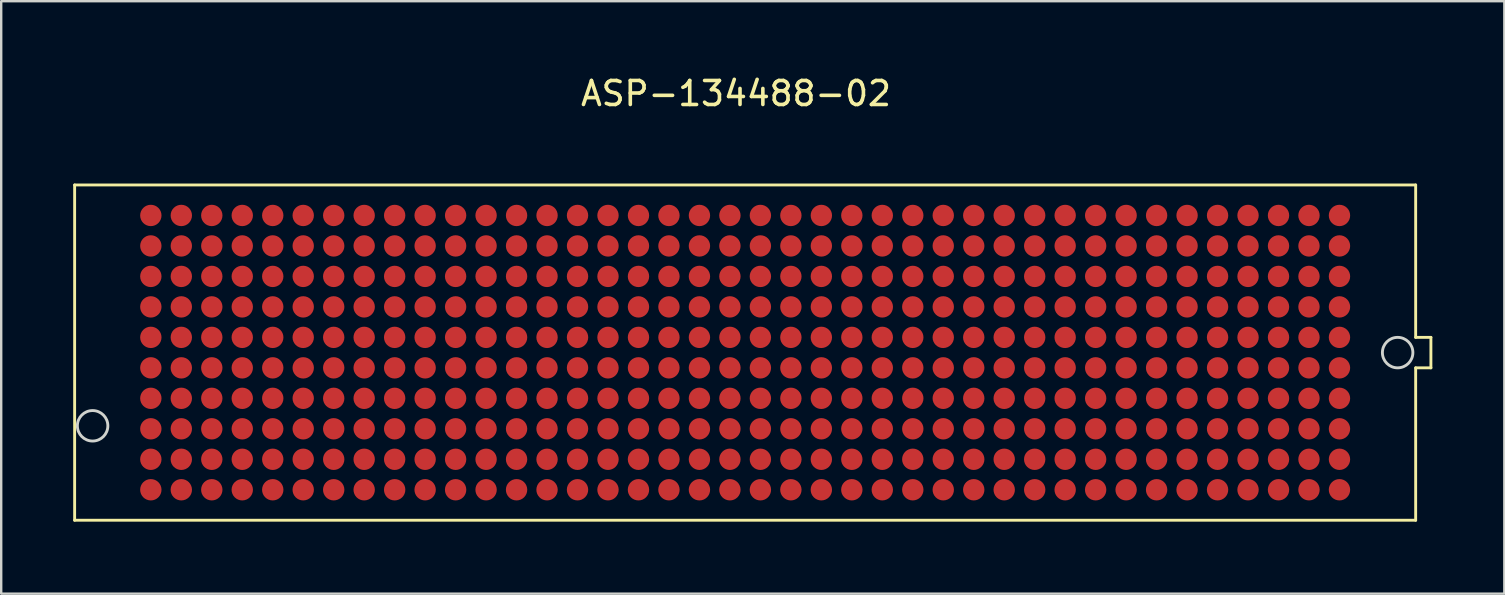
<source format=kicad_pcb>
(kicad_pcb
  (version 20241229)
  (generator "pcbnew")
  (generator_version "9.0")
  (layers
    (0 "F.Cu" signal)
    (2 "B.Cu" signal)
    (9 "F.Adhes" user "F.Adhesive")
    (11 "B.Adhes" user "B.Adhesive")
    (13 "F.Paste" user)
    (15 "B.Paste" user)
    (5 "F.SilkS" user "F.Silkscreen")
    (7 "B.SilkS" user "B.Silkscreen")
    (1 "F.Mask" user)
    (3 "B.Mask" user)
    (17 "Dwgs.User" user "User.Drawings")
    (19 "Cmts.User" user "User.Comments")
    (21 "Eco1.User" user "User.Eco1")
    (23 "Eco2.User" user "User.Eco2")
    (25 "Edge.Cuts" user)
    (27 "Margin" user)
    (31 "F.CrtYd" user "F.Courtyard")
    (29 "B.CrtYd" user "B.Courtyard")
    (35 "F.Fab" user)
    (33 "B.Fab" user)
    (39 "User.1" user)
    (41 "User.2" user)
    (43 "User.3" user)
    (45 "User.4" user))
  (footprint "ASP-134488-02 "
    (layer "F.Cu")
    (at 28 11.643)
    (property "Reference" "ASP-134488-02 " (at 0 -10.795 0) (layer "F.SilkS") (effects (font (size 1 1) (thickness 0.15))))
    (attr through_hole)
    (fp_line (start -27.94 -6.985) (end -27.94 6.985) (stroke (width 0.12) (type solid)) (layer "F.SilkS"))
    (fp_line (start -27.94 -6.985) (end 27.94 -6.985) (stroke (width 0.12) (type solid)) (layer "F.SilkS"))
    (fp_line (start 27.94 -0.635) (end 27.94 -6.985) (stroke (width 0.12) (type solid)) (layer "F.SilkS"))
    (fp_line (start 27.94 6.985) (end -27.94 6.985) (stroke (width 0.12) (type solid)) (layer "F.SilkS"))
    (fp_line (start 27.94 6.985) (end 27.94 0.635) (stroke (width 0.12) (type solid)) (layer "F.SilkS"))
    (fp_line (start 28.575 -0.635) (end 27.94 -0.635) (stroke (width 0.12) (type solid)) (layer "F.SilkS"))
    (fp_line (start 28.575 0.635) (end 27.94 0.635) (stroke (width 0.12) (type solid)) (layer "F.SilkS"))
    (fp_line (start 28.575 0.635) (end 28.575 -0.635) (stroke (width 0.12) (type solid)) (layer "F.SilkS"))
    (fp_circle (center -27.191 3.05) (end -26.556 3.05) (stroke (width 0.12) (type solid)) (fill no) (layer "Edge.Cuts"))
    (fp_circle (center 27.189 0) (end 27.824 0) (stroke (width 0.12) (type solid)) (fill no) (layer "Edge.Cuts"))
    (pad "A1" smd circle (at 24.765 -5.715) (size 0.89 0.89) (layers "F.Cu" "F.Mask" "F.Paste"))
    (pad "A2" smd circle (at 23.495 -5.715) (size 0.89 0.89) (layers "F.Cu" "F.Mask" "F.Paste"))
    (pad "A3" smd circle (at 22.225 -5.715) (size 0.89 0.89) (layers "F.Cu" "F.Mask" "F.Paste"))
    (pad "A4" smd circle (at 20.955 -5.715) (size 0.89 0.89) (layers "F.Cu" "F.Mask" "F.Paste"))
    (pad "A5" smd circle (at 19.685 -5.715) (size 0.89 0.89) (layers "F.Cu" "F.Mask" "F.Paste"))
    (pad "A6" smd circle (at 18.415 -5.715) (size 0.89 0.89) (layers "F.Cu" "F.Mask" "F.Paste"))
    (pad "A7" smd circle (at 17.145 -5.715) (size 0.89 0.89) (layers "F.Cu" "F.Mask" "F.Paste"))
    (pad "A8" smd circle (at 15.875 -5.715) (size 0.89 0.89) (layers "F.Cu" "F.Mask" "F.Paste"))
    (pad "A9" smd circle (at 14.605 -5.715) (size 0.89 0.89) (layers "F.Cu" "F.Mask" "F.Paste"))
    (pad "A10" smd circle (at 13.335 -5.715) (size 0.89 0.89) (layers "F.Cu" "F.Mask" "F.Paste"))
    (pad "A11" smd circle (at 12.065 -5.715) (size 0.89 0.89) (layers "F.Cu" "F.Mask" "F.Paste"))
    (pad "A12" smd circle (at 10.795 -5.715) (size 0.89 0.89) (layers "F.Cu" "F.Mask" "F.Paste"))
    (pad "A13" smd circle (at 9.525 -5.715) (size 0.89 0.89) (layers "F.Cu" "F.Mask" "F.Paste"))
    (pad "A14" smd circle (at 8.255 -5.715) (size 0.89 0.89) (layers "F.Cu" "F.Mask" "F.Paste"))
    (pad "A15" smd circle (at 6.985 -5.715) (size 0.89 0.89) (layers "F.Cu" "F.Mask" "F.Paste"))
    (pad "A16" smd circle (at 5.715 -5.715) (size 0.89 0.89) (layers "F.Cu" "F.Mask" "F.Paste"))
    (pad "A17" smd circle (at 4.445 -5.715) (size 0.89 0.89) (layers "F.Cu" "F.Mask" "F.Paste"))
    (pad "A18" smd circle (at 3.175 -5.715) (size 0.89 0.89) (layers "F.Cu" "F.Mask" "F.Paste"))
    (pad "A19" smd circle (at 1.905 -5.715) (size 0.89 0.89) (layers "F.Cu" "F.Mask" "F.Paste"))
    (pad "A20" smd circle (at 0.635 -5.715) (size 0.89 0.89) (layers "F.Cu" "F.Mask" "F.Paste"))
    (pad "A21" smd circle (at -0.635 -5.715) (size 0.89 0.89) (layers "F.Cu" "F.Mask" "F.Paste"))
    (pad "A22" smd circle (at -1.905 -5.715) (size 0.89 0.89) (layers "F.Cu" "F.Mask" "F.Paste"))
    (pad "A23" smd circle (at -3.175 -5.715) (size 0.89 0.89) (layers "F.Cu" "F.Mask" "F.Paste"))
    (pad "A24" smd circle (at -4.445 -5.715) (size 0.89 0.89) (layers "F.Cu" "F.Mask" "F.Paste"))
    (pad "A25" smd circle (at -5.715 -5.715) (size 0.89 0.89) (layers "F.Cu" "F.Mask" "F.Paste"))
    (pad "A26" smd circle (at -6.985 -5.715) (size 0.89 0.89) (layers "F.Cu" "F.Mask" "F.Paste"))
    (pad "A27" smd circle (at -8.255 -5.715) (size 0.89 0.89) (layers "F.Cu" "F.Mask" "F.Paste"))
    (pad "A28" smd circle (at -9.525 -5.715) (size 0.89 0.89) (layers "F.Cu" "F.Mask" "F.Paste"))
    (pad "A29" smd circle (at -10.795 -5.715) (size 0.89 0.89) (layers "F.Cu" "F.Mask" "F.Paste"))
    (pad "A30" smd circle (at -12.065 -5.715) (size 0.89 0.89) (layers "F.Cu" "F.Mask" "F.Paste"))
    (pad "A31" smd circle (at -13.335 -5.715) (size 0.89 0.89) (layers "F.Cu" "F.Mask" "F.Paste"))
    (pad "A32" smd circle (at -14.605 -5.715) (size 0.89 0.89) (layers "F.Cu" "F.Mask" "F.Paste"))
    (pad "A33" smd circle (at -15.875 -5.715) (size 0.89 0.89) (layers "F.Cu" "F.Mask" "F.Paste"))
    (pad "A34" smd circle (at -17.145 -5.715) (size 0.89 0.89) (layers "F.Cu" "F.Mask" "F.Paste"))
    (pad "A35" smd circle (at -18.415 -5.715) (size 0.89 0.89) (layers "F.Cu" "F.Mask" "F.Paste"))
    (pad "A36" smd circle (at -19.685 -5.715) (size 0.89 0.89) (layers "F.Cu" "F.Mask" "F.Paste"))
    (pad "A37" smd circle (at -20.955 -5.715) (size 0.89 0.89) (layers "F.Cu" "F.Mask" "F.Paste"))
    (pad "A38" smd circle (at -22.225 -5.715) (size 0.89 0.89) (layers "F.Cu" "F.Mask" "F.Paste"))
    (pad "A39" smd circle (at -23.495 -5.715) (size 0.89 0.89) (layers "F.Cu" "F.Mask" "F.Paste"))
    (pad "A40" smd circle (at -24.765 -5.715) (size 0.89 0.89) (layers "F.Cu" "F.Mask" "F.Paste"))
    (pad "B1" smd circle (at 24.765 -4.445) (size 0.89 0.89) (layers "F.Cu" "F.Mask" "F.Paste"))
    (pad "B2" smd circle (at 23.495 -4.445) (size 0.89 0.89) (layers "F.Cu" "F.Mask" "F.Paste"))
    (pad "B3" smd circle (at 22.225 -4.445) (size 0.89 0.89) (layers "F.Cu" "F.Mask" "F.Paste"))
    (pad "B4" smd circle (at 20.955 -4.445) (size 0.89 0.89) (layers "F.Cu" "F.Mask" "F.Paste"))
    (pad "B5" smd circle (at 19.685 -4.445) (size 0.89 0.89) (layers "F.Cu" "F.Mask" "F.Paste"))
    (pad "B6" smd circle (at 18.415 -4.445) (size 0.89 0.89) (layers "F.Cu" "F.Mask" "F.Paste"))
    (pad "B7" smd circle (at 17.145 -4.445) (size 0.89 0.89) (layers "F.Cu" "F.Mask" "F.Paste"))
    (pad "B8" smd circle (at 15.875 -4.445) (size 0.89 0.89) (layers "F.Cu" "F.Mask" "F.Paste"))
    (pad "B9" smd circle (at 14.605 -4.445) (size 0.89 0.89) (layers "F.Cu" "F.Mask" "F.Paste"))
    (pad "B10" smd circle (at 13.335 -4.445) (size 0.89 0.89) (layers "F.Cu" "F.Mask" "F.Paste"))
    (pad "B11" smd circle (at 12.065 -4.445) (size 0.89 0.89) (layers "F.Cu" "F.Mask" "F.Paste"))
    (pad "B12" smd circle (at 10.795 -4.445) (size 0.89 0.89) (layers "F.Cu" "F.Mask" "F.Paste"))
    (pad "B13" smd circle (at 9.525 -4.445) (size 0.89 0.89) (layers "F.Cu" "F.Mask" "F.Paste"))
    (pad "B14" smd circle (at 8.255 -4.445) (size 0.89 0.89) (layers "F.Cu" "F.Mask" "F.Paste"))
    (pad "B15" smd circle (at 6.985 -4.445) (size 0.89 0.89) (layers "F.Cu" "F.Mask" "F.Paste"))
    (pad "B16" smd circle (at 5.715 -4.445) (size 0.89 0.89) (layers "F.Cu" "F.Mask" "F.Paste"))
    (pad "B17" smd circle (at 4.445 -4.445) (size 0.89 0.89) (layers "F.Cu" "F.Mask" "F.Paste"))
    (pad "B18" smd circle (at 3.175 -4.445) (size 0.89 0.89) (layers "F.Cu" "F.Mask" "F.Paste"))
    (pad "B19" smd circle (at 1.905 -4.445) (size 0.89 0.89) (layers "F.Cu" "F.Mask" "F.Paste"))
    (pad "B20" smd circle (at 0.635 -4.445) (size 0.89 0.89) (layers "F.Cu" "F.Mask" "F.Paste"))
    (pad "B21" smd circle (at -0.635 -4.445) (size 0.89 0.89) (layers "F.Cu" "F.Mask" "F.Paste"))
    (pad "B22" smd circle (at -1.905 -4.445) (size 0.89 0.89) (layers "F.Cu" "F.Mask" "F.Paste"))
    (pad "B23" smd circle (at -3.175 -4.445) (size 0.89 0.89) (layers "F.Cu" "F.Mask" "F.Paste"))
    (pad "B24" smd circle (at -4.445 -4.445) (size 0.89 0.89) (layers "F.Cu" "F.Mask" "F.Paste"))
    (pad "B25" smd circle (at -5.715 -4.445) (size 0.89 0.89) (layers "F.Cu" "F.Mask" "F.Paste"))
    (pad "B26" smd circle (at -6.985 -4.445) (size 0.89 0.89) (layers "F.Cu" "F.Mask" "F.Paste"))
    (pad "B27" smd circle (at -8.255 -4.445) (size 0.89 0.89) (layers "F.Cu" "F.Mask" "F.Paste"))
    (pad "B28" smd circle (at -9.525 -4.445) (size 0.89 0.89) (layers "F.Cu" "F.Mask" "F.Paste"))
    (pad "B29" smd circle (at -10.795 -4.445) (size 0.89 0.89) (layers "F.Cu" "F.Mask" "F.Paste"))
    (pad "B30" smd circle (at -12.065 -4.445) (size 0.89 0.89) (layers "F.Cu" "F.Mask" "F.Paste"))
    (pad "B31" smd circle (at -13.335 -4.445) (size 0.89 0.89) (layers "F.Cu" "F.Mask" "F.Paste"))
    (pad "B32" smd circle (at -14.605 -4.445) (size 0.89 0.89) (layers "F.Cu" "F.Mask" "F.Paste"))
    (pad "B33" smd circle (at -15.875 -4.445) (size 0.89 0.89) (layers "F.Cu" "F.Mask" "F.Paste"))
    (pad "B34" smd circle (at -17.145 -4.445) (size 0.89 0.89) (layers "F.Cu" "F.Mask" "F.Paste"))
    (pad "B35" smd circle (at -18.415 -4.445) (size 0.89 0.89) (layers "F.Cu" "F.Mask" "F.Paste"))
    (pad "B36" smd circle (at -19.685 -4.445) (size 0.89 0.89) (layers "F.Cu" "F.Mask" "F.Paste"))
    (pad "B37" smd circle (at -20.955 -4.445) (size 0.89 0.89) (layers "F.Cu" "F.Mask" "F.Paste"))
    (pad "B38" smd circle (at -22.225 -4.445) (size 0.89 0.89) (layers "F.Cu" "F.Mask" "F.Paste"))
    (pad "B39" smd circle (at -23.495 -4.445) (size 0.89 0.89) (layers "F.Cu" "F.Mask" "F.Paste"))
    (pad "B40" smd circle (at -24.765 -4.445) (size 0.89 0.89) (layers "F.Cu" "F.Mask" "F.Paste"))
    (pad "C1" smd circle (at 24.765 -3.175) (size 0.89 0.89) (layers "F.Cu" "F.Mask" "F.Paste"))
    (pad "C2" smd circle (at 23.495 -3.175) (size 0.89 0.89) (layers "F.Cu" "F.Mask" "F.Paste"))
    (pad "C3" smd circle (at 22.225 -3.175) (size 0.89 0.89) (layers "F.Cu" "F.Mask" "F.Paste"))
    (pad "C4" smd circle (at 20.955 -3.175) (size 0.89 0.89) (layers "F.Cu" "F.Mask" "F.Paste"))
    (pad "C5" smd circle (at 19.685 -3.175) (size 0.89 0.89) (layers "F.Cu" "F.Mask" "F.Paste"))
    (pad "C6" smd circle (at 18.415 -3.175) (size 0.89 0.89) (layers "F.Cu" "F.Mask" "F.Paste"))
    (pad "C7" smd circle (at 17.145 -3.175) (size 0.89 0.89) (layers "F.Cu" "F.Mask" "F.Paste"))
    (pad "C8" smd circle (at 15.875 -3.175) (size 0.89 0.89) (layers "F.Cu" "F.Mask" "F.Paste"))
    (pad "C9" smd circle (at 14.605 -3.175) (size 0.89 0.89) (layers "F.Cu" "F.Mask" "F.Paste"))
    (pad "C10" smd circle (at 13.335 -3.175) (size 0.89 0.89) (layers "F.Cu" "F.Mask" "F.Paste"))
    (pad "C11" smd circle (at 12.065 -3.175) (size 0.89 0.89) (layers "F.Cu" "F.Mask" "F.Paste"))
    (pad "C12" smd circle (at 10.795 -3.175) (size 0.89 0.89) (layers "F.Cu" "F.Mask" "F.Paste"))
    (pad "C13" smd circle (at 9.525 -3.175) (size 0.89 0.89) (layers "F.Cu" "F.Mask" "F.Paste"))
    (pad "C14" smd circle (at 8.255 -3.175) (size 0.89 0.89) (layers "F.Cu" "F.Mask" "F.Paste"))
    (pad "C15" smd circle (at 6.985 -3.175) (size 0.89 0.89) (layers "F.Cu" "F.Mask" "F.Paste"))
    (pad "C16" smd circle (at 5.715 -3.175) (size 0.89 0.89) (layers "F.Cu" "F.Mask" "F.Paste"))
    (pad "C17" smd circle (at 4.445 -3.175) (size 0.89 0.89) (layers "F.Cu" "F.Mask" "F.Paste"))
    (pad "C18" smd circle (at 3.175 -3.175) (size 0.89 0.89) (layers "F.Cu" "F.Mask" "F.Paste"))
    (pad "C19" smd circle (at 1.905 -3.175) (size 0.89 0.89) (layers "F.Cu" "F.Mask" "F.Paste"))
    (pad "C20" smd circle (at 0.635 -3.175) (size 0.89 0.89) (layers "F.Cu" "F.Mask" "F.Paste"))
    (pad "C21" smd circle (at -0.635 -3.175) (size 0.89 0.89) (layers "F.Cu" "F.Mask" "F.Paste"))
    (pad "C22" smd circle (at -1.905 -3.175) (size 0.89 0.89) (layers "F.Cu" "F.Mask" "F.Paste"))
    (pad "C23" smd circle (at -3.175 -3.175) (size 0.89 0.89) (layers "F.Cu" "F.Mask" "F.Paste"))
    (pad "C24" smd circle (at -4.445 -3.175) (size 0.89 0.89) (layers "F.Cu" "F.Mask" "F.Paste"))
    (pad "C25" smd circle (at -5.715 -3.175) (size 0.89 0.89) (layers "F.Cu" "F.Mask" "F.Paste"))
    (pad "C26" smd circle (at -6.985 -3.175) (size 0.89 0.89) (layers "F.Cu" "F.Mask" "F.Paste"))
    (pad "C27" smd circle (at -8.255 -3.175) (size 0.89 0.89) (layers "F.Cu" "F.Mask" "F.Paste"))
    (pad "C28" smd circle (at -9.525 -3.175) (size 0.89 0.89) (layers "F.Cu" "F.Mask" "F.Paste"))
    (pad "C29" smd circle (at -10.795 -3.175) (size 0.89 0.89) (layers "F.Cu" "F.Mask" "F.Paste"))
    (pad "C30" smd circle (at -12.065 -3.175) (size 0.89 0.89) (layers "F.Cu" "F.Mask" "F.Paste"))
    (pad "C31" smd circle (at -13.335 -3.175) (size 0.89 0.89) (layers "F.Cu" "F.Mask" "F.Paste"))
    (pad "C32" smd circle (at -14.605 -3.175) (size 0.89 0.89) (layers "F.Cu" "F.Mask" "F.Paste"))
    (pad "C33" smd circle (at -15.875 -3.175) (size 0.89 0.89) (layers "F.Cu" "F.Mask" "F.Paste"))
    (pad "C34" smd circle (at -17.145 -3.175) (size 0.89 0.89) (layers "F.Cu" "F.Mask" "F.Paste"))
    (pad "C35" smd circle (at -18.415 -3.175) (size 0.89 0.89) (layers "F.Cu" "F.Mask" "F.Paste"))
    (pad "C36" smd circle (at -19.685 -3.175) (size 0.89 0.89) (layers "F.Cu" "F.Mask" "F.Paste"))
    (pad "C37" smd circle (at -20.955 -3.175) (size 0.89 0.89) (layers "F.Cu" "F.Mask" "F.Paste"))
    (pad "C38" smd circle (at -22.225 -3.175) (size 0.89 0.89) (layers "F.Cu" "F.Mask" "F.Paste"))
    (pad "C39" smd circle (at -23.495 -3.175) (size 0.89 0.89) (layers "F.Cu" "F.Mask" "F.Paste"))
    (pad "C40" smd circle (at -24.765 -3.175) (size 0.89 0.89) (layers "F.Cu" "F.Mask" "F.Paste"))
    (pad "D1" smd circle (at 24.765 -1.905) (size 0.89 0.89) (layers "F.Cu" "F.Mask" "F.Paste"))
    (pad "D2" smd circle (at 23.495 -1.905) (size 0.89 0.89) (layers "F.Cu" "F.Mask" "F.Paste"))
    (pad "D3" smd circle (at 22.225 -1.905) (size 0.89 0.89) (layers "F.Cu" "F.Mask" "F.Paste"))
    (pad "D4" smd circle (at 20.955 -1.905) (size 0.89 0.89) (layers "F.Cu" "F.Mask" "F.Paste"))
    (pad "D5" smd circle (at 19.685 -1.905) (size 0.89 0.89) (layers "F.Cu" "F.Mask" "F.Paste"))
    (pad "D6" smd circle (at 18.415 -1.905) (size 0.89 0.89) (layers "F.Cu" "F.Mask" "F.Paste"))
    (pad "D7" smd circle (at 17.145 -1.905) (size 0.89 0.89) (layers "F.Cu" "F.Mask" "F.Paste"))
    (pad "D8" smd circle (at 15.875 -1.905) (size 0.89 0.89) (layers "F.Cu" "F.Mask" "F.Paste"))
    (pad "D9" smd circle (at 14.605 -1.905) (size 0.89 0.89) (layers "F.Cu" "F.Mask" "F.Paste"))
    (pad "D10" smd circle (at 13.335 -1.905) (size 0.89 0.89) (layers "F.Cu" "F.Mask" "F.Paste"))
    (pad "D11" smd circle (at 12.065 -1.905) (size 0.89 0.89) (layers "F.Cu" "F.Mask" "F.Paste"))
    (pad "D12" smd circle (at 10.795 -1.905) (size 0.89 0.89) (layers "F.Cu" "F.Mask" "F.Paste"))
    (pad "D13" smd circle (at 9.525 -1.905) (size 0.89 0.89) (layers "F.Cu" "F.Mask" "F.Paste"))
    (pad "D14" smd circle (at 8.255 -1.905) (size 0.89 0.89) (layers "F.Cu" "F.Mask" "F.Paste"))
    (pad "D15" smd circle (at 6.985 -1.905) (size 0.89 0.89) (layers "F.Cu" "F.Mask" "F.Paste"))
    (pad "D16" smd circle (at 5.715 -1.905) (size 0.89 0.89) (layers "F.Cu" "F.Mask" "F.Paste"))
    (pad "D17" smd circle (at 4.445 -1.905) (size 0.89 0.89) (layers "F.Cu" "F.Mask" "F.Paste"))
    (pad "D18" smd circle (at 3.175 -1.905) (size 0.89 0.89) (layers "F.Cu" "F.Mask" "F.Paste"))
    (pad "D19" smd circle (at 1.905 -1.905) (size 0.89 0.89) (layers "F.Cu" "F.Mask" "F.Paste"))
    (pad "D20" smd circle (at 0.635 -1.905) (size 0.89 0.89) (layers "F.Cu" "F.Mask" "F.Paste"))
    (pad "D21" smd circle (at -0.635 -1.905) (size 0.89 0.89) (layers "F.Cu" "F.Mask" "F.Paste"))
    (pad "D22" smd circle (at -1.905 -1.905) (size 0.89 0.89) (layers "F.Cu" "F.Mask" "F.Paste"))
    (pad "D23" smd circle (at -3.175 -1.905) (size 0.89 0.89) (layers "F.Cu" "F.Mask" "F.Paste"))
    (pad "D24" smd circle (at -4.445 -1.905) (size 0.89 0.89) (layers "F.Cu" "F.Mask" "F.Paste"))
    (pad "D25" smd circle (at -5.715 -1.905) (size 0.89 0.89) (layers "F.Cu" "F.Mask" "F.Paste"))
    (pad "D26" smd circle (at -6.985 -1.905) (size 0.89 0.89) (layers "F.Cu" "F.Mask" "F.Paste"))
    (pad "D27" smd circle (at -8.255 -1.905) (size 0.89 0.89) (layers "F.Cu" "F.Mask" "F.Paste"))
    (pad "D28" smd circle (at -9.525 -1.905) (size 0.89 0.89) (layers "F.Cu" "F.Mask" "F.Paste"))
    (pad "D29" smd circle (at -10.795 -1.905) (size 0.89 0.89) (layers "F.Cu" "F.Mask" "F.Paste"))
    (pad "D30" smd circle (at -12.065 -1.905) (size 0.89 0.89) (layers "F.Cu" "F.Mask" "F.Paste"))
    (pad "D31" smd circle (at -13.335 -1.905) (size 0.89 0.89) (layers "F.Cu" "F.Mask" "F.Paste"))
    (pad "D32" smd circle (at -14.605 -1.905) (size 0.89 0.89) (layers "F.Cu" "F.Mask" "F.Paste"))
    (pad "D33" smd circle (at -15.875 -1.905) (size 0.89 0.89) (layers "F.Cu" "F.Mask" "F.Paste"))
    (pad "D34" smd circle (at -17.145 -1.905) (size 0.89 0.89) (layers "F.Cu" "F.Mask" "F.Paste"))
    (pad "D35" smd circle (at -18.415 -1.905) (size 0.89 0.89) (layers "F.Cu" "F.Mask" "F.Paste"))
    (pad "D36" smd circle (at -19.685 -1.905) (size 0.89 0.89) (layers "F.Cu" "F.Mask" "F.Paste"))
    (pad "D37" smd circle (at -20.955 -1.905) (size 0.89 0.89) (layers "F.Cu" "F.Mask" "F.Paste"))
    (pad "D38" smd circle (at -22.225 -1.905) (size 0.89 0.89) (layers "F.Cu" "F.Mask" "F.Paste"))
    (pad "D39" smd circle (at -23.495 -1.905) (size 0.89 0.89) (layers "F.Cu" "F.Mask" "F.Paste"))
    (pad "D40" smd circle (at -24.765 -1.905) (size 0.89 0.89) (layers "F.Cu" "F.Mask" "F.Paste"))
    (pad "E1" smd circle (at 24.765 -0.635) (size 0.89 0.89) (layers "F.Cu" "F.Mask" "F.Paste"))
    (pad "E2" smd circle (at 23.495 -0.635) (size 0.89 0.89) (layers "F.Cu" "F.Mask" "F.Paste"))
    (pad "E3" smd circle (at 22.225 -0.635) (size 0.89 0.89) (layers "F.Cu" "F.Mask" "F.Paste"))
    (pad "E4" smd circle (at 20.955 -0.635) (size 0.89 0.89) (layers "F.Cu" "F.Mask" "F.Paste"))
    (pad "E5" smd circle (at 19.685 -0.635) (size 0.89 0.89) (layers "F.Cu" "F.Mask" "F.Paste"))
    (pad "E6" smd circle (at 18.415 -0.635) (size 0.89 0.89) (layers "F.Cu" "F.Mask" "F.Paste"))
    (pad "E7" smd circle (at 17.145 -0.635) (size 0.89 0.89) (layers "F.Cu" "F.Mask" "F.Paste"))
    (pad "E8" smd circle (at 15.875 -0.635) (size 0.89 0.89) (layers "F.Cu" "F.Mask" "F.Paste"))
    (pad "E9" smd circle (at 14.605 -0.635) (size 0.89 0.89) (layers "F.Cu" "F.Mask" "F.Paste"))
    (pad "E10" smd circle (at 13.335 -0.635) (size 0.89 0.89) (layers "F.Cu" "F.Mask" "F.Paste"))
    (pad "E11" smd circle (at 12.065 -0.635) (size 0.89 0.89) (layers "F.Cu" "F.Mask" "F.Paste"))
    (pad "E12" smd circle (at 10.795 -0.635) (size 0.89 0.89) (layers "F.Cu" "F.Mask" "F.Paste"))
    (pad "E13" smd circle (at 9.525 -0.635) (size 0.89 0.89) (layers "F.Cu" "F.Mask" "F.Paste"))
    (pad "E14" smd circle (at 8.255 -0.635) (size 0.89 0.89) (layers "F.Cu" "F.Mask" "F.Paste"))
    (pad "E15" smd circle (at 6.985 -0.635) (size 0.89 0.89) (layers "F.Cu" "F.Mask" "F.Paste"))
    (pad "E16" smd circle (at 5.715 -0.635) (size 0.89 0.89) (layers "F.Cu" "F.Mask" "F.Paste"))
    (pad "E17" smd circle (at 4.445 -0.635) (size 0.89 0.89) (layers "F.Cu" "F.Mask" "F.Paste"))
    (pad "E18" smd circle (at 3.175 -0.635) (size 0.89 0.89) (layers "F.Cu" "F.Mask" "F.Paste"))
    (pad "E19" smd circle (at 1.905 -0.635) (size 0.89 0.89) (layers "F.Cu" "F.Mask" "F.Paste"))
    (pad "E20" smd circle (at 0.635 -0.635) (size 0.89 0.89) (layers "F.Cu" "F.Mask" "F.Paste"))
    (pad "E21" smd circle (at -0.635 -0.635) (size 0.89 0.89) (layers "F.Cu" "F.Mask" "F.Paste"))
    (pad "E22" smd circle (at -1.905 -0.635) (size 0.89 0.89) (layers "F.Cu" "F.Mask" "F.Paste"))
    (pad "E23" smd circle (at -3.175 -0.635) (size 0.89 0.89) (layers "F.Cu" "F.Mask" "F.Paste"))
    (pad "E24" smd circle (at -4.445 -0.635) (size 0.89 0.89) (layers "F.Cu" "F.Mask" "F.Paste"))
    (pad "E25" smd circle (at -5.715 -0.635) (size 0.89 0.89) (layers "F.Cu" "F.Mask" "F.Paste"))
    (pad "E26" smd circle (at -6.985 -0.635) (size 0.89 0.89) (layers "F.Cu" "F.Mask" "F.Paste"))
    (pad "E27" smd circle (at -8.255 -0.635) (size 0.89 0.89) (layers "F.Cu" "F.Mask" "F.Paste"))
    (pad "E28" smd circle (at -9.525 -0.635) (size 0.89 0.89) (layers "F.Cu" "F.Mask" "F.Paste"))
    (pad "E29" smd circle (at -10.795 -0.635) (size 0.89 0.89) (layers "F.Cu" "F.Mask" "F.Paste"))
    (pad "E30" smd circle (at -12.065 -0.635) (size 0.89 0.89) (layers "F.Cu" "F.Mask" "F.Paste"))
    (pad "E31" smd circle (at -13.335 -0.635) (size 0.89 0.89) (layers "F.Cu" "F.Mask" "F.Paste"))
    (pad "E32" smd circle (at -14.605 -0.635) (size 0.89 0.89) (layers "F.Cu" "F.Mask" "F.Paste"))
    (pad "E33" smd circle (at -15.875 -0.635) (size 0.89 0.89) (layers "F.Cu" "F.Mask" "F.Paste"))
    (pad "E34" smd circle (at -17.145 -0.635) (size 0.89 0.89) (layers "F.Cu" "F.Mask" "F.Paste"))
    (pad "E35" smd circle (at -18.415 -0.635) (size 0.89 0.89) (layers "F.Cu" "F.Mask" "F.Paste"))
    (pad "E36" smd circle (at -19.685 -0.635) (size 0.89 0.89) (layers "F.Cu" "F.Mask" "F.Paste"))
    (pad "E37" smd circle (at -20.955 -0.635) (size 0.89 0.89) (layers "F.Cu" "F.Mask" "F.Paste"))
    (pad "E38" smd circle (at -22.225 -0.635) (size 0.89 0.89) (layers "F.Cu" "F.Mask" "F.Paste"))
    (pad "E39" smd circle (at -23.495 -0.635) (size 0.89 0.89) (layers "F.Cu" "F.Mask" "F.Paste"))
    (pad "E40" smd circle (at -24.765 -0.635) (size 0.89 0.89) (layers "F.Cu" "F.Mask" "F.Paste"))
    (pad "F1" smd circle (at 24.765 0.635) (size 0.89 0.89) (layers "F.Cu" "F.Mask" "F.Paste"))
    (pad "F2" smd circle (at 23.495 0.635) (size 0.89 0.89) (layers "F.Cu" "F.Mask" "F.Paste"))
    (pad "F3" smd circle (at 22.225 0.635) (size 0.89 0.89) (layers "F.Cu" "F.Mask" "F.Paste"))
    (pad "F4" smd circle (at 20.955 0.635) (size 0.89 0.89) (layers "F.Cu" "F.Mask" "F.Paste"))
    (pad "F5" smd circle (at 19.685 0.635) (size 0.89 0.89) (layers "F.Cu" "F.Mask" "F.Paste"))
    (pad "F6" smd circle (at 18.415 0.635) (size 0.89 0.89) (layers "F.Cu" "F.Mask" "F.Paste"))
    (pad "F7" smd circle (at 17.145 0.635) (size 0.89 0.89) (layers "F.Cu" "F.Mask" "F.Paste"))
    (pad "F8" smd circle (at 15.875 0.635) (size 0.89 0.89) (layers "F.Cu" "F.Mask" "F.Paste"))
    (pad "F9" smd circle (at 14.605 0.635) (size 0.89 0.89) (layers "F.Cu" "F.Mask" "F.Paste"))
    (pad "F10" smd circle (at 13.335 0.635) (size 0.89 0.89) (layers "F.Cu" "F.Mask" "F.Paste"))
    (pad "F11" smd circle (at 12.065 0.635) (size 0.89 0.89) (layers "F.Cu" "F.Mask" "F.Paste"))
    (pad "F12" smd circle (at 10.795 0.635) (size 0.89 0.89) (layers "F.Cu" "F.Mask" "F.Paste"))
    (pad "F13" smd circle (at 9.525 0.635) (size 0.89 0.89) (layers "F.Cu" "F.Mask" "F.Paste"))
    (pad "F14" smd circle (at 8.255 0.635) (size 0.89 0.89) (layers "F.Cu" "F.Mask" "F.Paste"))
    (pad "F15" smd circle (at 6.985 0.635) (size 0.89 0.89) (layers "F.Cu" "F.Mask" "F.Paste"))
    (pad "F16" smd circle (at 5.715 0.635) (size 0.89 0.89) (layers "F.Cu" "F.Mask" "F.Paste"))
    (pad "F17" smd circle (at 4.445 0.635) (size 0.89 0.89) (layers "F.Cu" "F.Mask" "F.Paste"))
    (pad "F18" smd circle (at 3.175 0.635) (size 0.89 0.89) (layers "F.Cu" "F.Mask" "F.Paste"))
    (pad "F19" smd circle (at 1.905 0.635) (size 0.89 0.89) (layers "F.Cu" "F.Mask" "F.Paste"))
    (pad "F20" smd circle (at 0.635 0.635) (size 0.89 0.89) (layers "F.Cu" "F.Mask" "F.Paste"))
    (pad "F21" smd circle (at -0.635 0.635) (size 0.89 0.89) (layers "F.Cu" "F.Mask" "F.Paste"))
    (pad "F22" smd circle (at -1.905 0.635) (size 0.89 0.89) (layers "F.Cu" "F.Mask" "F.Paste"))
    (pad "F23" smd circle (at -3.175 0.635) (size 0.89 0.89) (layers "F.Cu" "F.Mask" "F.Paste"))
    (pad "F24" smd circle (at -4.445 0.635) (size 0.89 0.89) (layers "F.Cu" "F.Mask" "F.Paste"))
    (pad "F25" smd circle (at -5.715 0.635) (size 0.89 0.89) (layers "F.Cu" "F.Mask" "F.Paste"))
    (pad "F26" smd circle (at -6.985 0.635) (size 0.89 0.89) (layers "F.Cu" "F.Mask" "F.Paste"))
    (pad "F27" smd circle (at -8.255 0.635) (size 0.89 0.89) (layers "F.Cu" "F.Mask" "F.Paste"))
    (pad "F28" smd circle (at -9.525 0.635) (size 0.89 0.89) (layers "F.Cu" "F.Mask" "F.Paste"))
    (pad "F29" smd circle (at -10.795 0.635) (size 0.89 0.89) (layers "F.Cu" "F.Mask" "F.Paste"))
    (pad "F30" smd circle (at -12.065 0.635) (size 0.89 0.89) (layers "F.Cu" "F.Mask" "F.Paste"))
    (pad "F31" smd circle (at -13.335 0.635) (size 0.89 0.89) (layers "F.Cu" "F.Mask" "F.Paste"))
    (pad "F32" smd circle (at -14.605 0.635) (size 0.89 0.89) (layers "F.Cu" "F.Mask" "F.Paste"))
    (pad "F33" smd circle (at -15.875 0.635) (size 0.89 0.89) (layers "F.Cu" "F.Mask" "F.Paste"))
    (pad "F34" smd circle (at -17.145 0.635) (size 0.89 0.89) (layers "F.Cu" "F.Mask" "F.Paste"))
    (pad "F35" smd circle (at -18.415 0.635) (size 0.89 0.89) (layers "F.Cu" "F.Mask" "F.Paste"))
    (pad "F36" smd circle (at -19.685 0.635) (size 0.89 0.89) (layers "F.Cu" "F.Mask" "F.Paste"))
    (pad "F37" smd circle (at -20.955 0.635) (size 0.89 0.89) (layers "F.Cu" "F.Mask" "F.Paste"))
    (pad "F38" smd circle (at -22.225 0.635) (size 0.89 0.89) (layers "F.Cu" "F.Mask" "F.Paste"))
    (pad "F39" smd circle (at -23.495 0.635) (size 0.89 0.89) (layers "F.Cu" "F.Mask" "F.Paste"))
    (pad "F40" smd circle (at -24.765 0.635) (size 0.89 0.89) (layers "F.Cu" "F.Mask" "F.Paste"))
    (pad "G1" smd circle (at 24.765 1.905) (size 0.89 0.89) (layers "F.Cu" "F.Mask" "F.Paste"))
    (pad "G2" smd circle (at 23.495 1.905) (size 0.89 0.89) (layers "F.Cu" "F.Mask" "F.Paste"))
    (pad "G3" smd circle (at 22.225 1.905) (size 0.89 0.89) (layers "F.Cu" "F.Mask" "F.Paste"))
    (pad "G4" smd circle (at 20.955 1.905) (size 0.89 0.89) (layers "F.Cu" "F.Mask" "F.Paste"))
    (pad "G5" smd circle (at 19.685 1.905) (size 0.89 0.89) (layers "F.Cu" "F.Mask" "F.Paste"))
    (pad "G6" smd circle (at 18.415 1.905) (size 0.89 0.89) (layers "F.Cu" "F.Mask" "F.Paste"))
    (pad "G7" smd circle (at 17.145 1.905) (size 0.89 0.89) (layers "F.Cu" "F.Mask" "F.Paste"))
    (pad "G8" smd circle (at 15.875 1.905) (size 0.89 0.89) (layers "F.Cu" "F.Mask" "F.Paste"))
    (pad "G9" smd circle (at 14.605 1.905) (size 0.89 0.89) (layers "F.Cu" "F.Mask" "F.Paste"))
    (pad "G10" smd circle (at 13.335 1.905) (size 0.89 0.89) (layers "F.Cu" "F.Mask" "F.Paste"))
    (pad "G11" smd circle (at 12.065 1.905) (size 0.89 0.89) (layers "F.Cu" "F.Mask" "F.Paste"))
    (pad "G12" smd circle (at 10.795 1.905) (size 0.89 0.89) (layers "F.Cu" "F.Mask" "F.Paste"))
    (pad "G13" smd circle (at 9.525 1.905) (size 0.89 0.89) (layers "F.Cu" "F.Mask" "F.Paste"))
    (pad "G14" smd circle (at 8.255 1.905) (size 0.89 0.89) (layers "F.Cu" "F.Mask" "F.Paste"))
    (pad "G15" smd circle (at 6.985 1.905) (size 0.89 0.89) (layers "F.Cu" "F.Mask" "F.Paste"))
    (pad "G16" smd circle (at 5.715 1.905) (size 0.89 0.89) (layers "F.Cu" "F.Mask" "F.Paste"))
    (pad "G17" smd circle (at 4.445 1.905) (size 0.89 0.89) (layers "F.Cu" "F.Mask" "F.Paste"))
    (pad "G18" smd circle (at 3.175 1.905) (size 0.89 0.89) (layers "F.Cu" "F.Mask" "F.Paste"))
    (pad "G19" smd circle (at 1.905 1.905) (size 0.89 0.89) (layers "F.Cu" "F.Mask" "F.Paste"))
    (pad "G20" smd circle (at 0.635 1.905) (size 0.89 0.89) (layers "F.Cu" "F.Mask" "F.Paste"))
    (pad "G21" smd circle (at -0.635 1.905) (size 0.89 0.89) (layers "F.Cu" "F.Mask" "F.Paste"))
    (pad "G22" smd circle (at -1.905 1.905) (size 0.89 0.89) (layers "F.Cu" "F.Mask" "F.Paste"))
    (pad "G23" smd circle (at -3.175 1.905) (size 0.89 0.89) (layers "F.Cu" "F.Mask" "F.Paste"))
    (pad "G24" smd circle (at -4.445 1.905) (size 0.89 0.89) (layers "F.Cu" "F.Mask" "F.Paste"))
    (pad "G25" smd circle (at -5.715 1.905) (size 0.89 0.89) (layers "F.Cu" "F.Mask" "F.Paste"))
    (pad "G26" smd circle (at -6.985 1.905) (size 0.89 0.89) (layers "F.Cu" "F.Mask" "F.Paste"))
    (pad "G27" smd circle (at -8.255 1.905) (size 0.89 0.89) (layers "F.Cu" "F.Mask" "F.Paste"))
    (pad "G28" smd circle (at -9.525 1.905) (size 0.89 0.89) (layers "F.Cu" "F.Mask" "F.Paste"))
    (pad "G29" smd circle (at -10.795 1.905) (size 0.89 0.89) (layers "F.Cu" "F.Mask" "F.Paste"))
    (pad "G30" smd circle (at -12.065 1.905) (size 0.89 0.89) (layers "F.Cu" "F.Mask" "F.Paste"))
    (pad "G31" smd circle (at -13.335 1.905) (size 0.89 0.89) (layers "F.Cu" "F.Mask" "F.Paste"))
    (pad "G32" smd circle (at -14.605 1.905) (size 0.89 0.89) (layers "F.Cu" "F.Mask" "F.Paste"))
    (pad "G33" smd circle (at -15.875 1.905) (size 0.89 0.89) (layers "F.Cu" "F.Mask" "F.Paste"))
    (pad "G34" smd circle (at -17.145 1.905) (size 0.89 0.89) (layers "F.Cu" "F.Mask" "F.Paste"))
    (pad "G35" smd circle (at -18.415 1.905) (size 0.89 0.89) (layers "F.Cu" "F.Mask" "F.Paste"))
    (pad "G36" smd circle (at -19.685 1.905) (size 0.89 0.89) (layers "F.Cu" "F.Mask" "F.Paste"))
    (pad "G37" smd circle (at -20.955 1.905) (size 0.89 0.89) (layers "F.Cu" "F.Mask" "F.Paste"))
    (pad "G38" smd circle (at -22.225 1.905) (size 0.89 0.89) (layers "F.Cu" "F.Mask" "F.Paste"))
    (pad "G39" smd circle (at -23.495 1.905) (size 0.89 0.89) (layers "F.Cu" "F.Mask" "F.Paste"))
    (pad "G40" smd circle (at -24.765 1.905) (size 0.89 0.89) (layers "F.Cu" "F.Mask" "F.Paste"))
    (pad "H1" smd circle (at 24.765 3.175) (size 0.89 0.89) (layers "F.Cu" "F.Mask" "F.Paste"))
    (pad "H2" smd circle (at 23.495 3.175) (size 0.89 0.89) (layers "F.Cu" "F.Mask" "F.Paste"))
    (pad "H3" smd circle (at 22.225 3.175) (size 0.89 0.89) (layers "F.Cu" "F.Mask" "F.Paste"))
    (pad "H4" smd circle (at 20.955 3.175) (size 0.89 0.89) (layers "F.Cu" "F.Mask" "F.Paste"))
    (pad "H5" smd circle (at 19.685 3.175) (size 0.89 0.89) (layers "F.Cu" "F.Mask" "F.Paste"))
    (pad "H6" smd circle (at 18.415 3.175) (size 0.89 0.89) (layers "F.Cu" "F.Mask" "F.Paste"))
    (pad "H7" smd circle (at 17.145 3.175) (size 0.89 0.89) (layers "F.Cu" "F.Mask" "F.Paste"))
    (pad "H8" smd circle (at 15.875 3.175) (size 0.89 0.89) (layers "F.Cu" "F.Mask" "F.Paste"))
    (pad "H9" smd circle (at 14.605 3.175) (size 0.89 0.89) (layers "F.Cu" "F.Mask" "F.Paste"))
    (pad "H10" smd circle (at 13.335 3.175) (size 0.89 0.89) (layers "F.Cu" "F.Mask" "F.Paste"))
    (pad "H11" smd circle (at 12.065 3.175) (size 0.89 0.89) (layers "F.Cu" "F.Mask" "F.Paste"))
    (pad "H12" smd circle (at 10.795 3.175) (size 0.89 0.89) (layers "F.Cu" "F.Mask" "F.Paste"))
    (pad "H13" smd circle (at 9.525 3.175) (size 0.89 0.89) (layers "F.Cu" "F.Mask" "F.Paste"))
    (pad "H14" smd circle (at 8.255 3.175) (size 0.89 0.89) (layers "F.Cu" "F.Mask" "F.Paste"))
    (pad "H15" smd circle (at 6.985 3.175) (size 0.89 0.89) (layers "F.Cu" "F.Mask" "F.Paste"))
    (pad "H16" smd circle (at 5.715 3.175) (size 0.89 0.89) (layers "F.Cu" "F.Mask" "F.Paste"))
    (pad "H17" smd circle (at 4.445 3.175) (size 0.89 0.89) (layers "F.Cu" "F.Mask" "F.Paste"))
    (pad "H18" smd circle (at 3.175 3.175) (size 0.89 0.89) (layers "F.Cu" "F.Mask" "F.Paste"))
    (pad "H19" smd circle (at 1.905 3.175) (size 0.89 0.89) (layers "F.Cu" "F.Mask" "F.Paste"))
    (pad "H20" smd circle (at 0.635 3.175) (size 0.89 0.89) (layers "F.Cu" "F.Mask" "F.Paste"))
    (pad "H21" smd circle (at -0.635 3.175) (size 0.89 0.89) (layers "F.Cu" "F.Mask" "F.Paste"))
    (pad "H22" smd circle (at -1.905 3.175) (size 0.89 0.89) (layers "F.Cu" "F.Mask" "F.Paste"))
    (pad "H23" smd circle (at -3.175 3.175) (size 0.89 0.89) (layers "F.Cu" "F.Mask" "F.Paste"))
    (pad "H24" smd circle (at -4.445 3.175) (size 0.89 0.89) (layers "F.Cu" "F.Mask" "F.Paste"))
    (pad "H25" smd circle (at -5.715 3.175) (size 0.89 0.89) (layers "F.Cu" "F.Mask" "F.Paste"))
    (pad "H26" smd circle (at -6.985 3.175) (size 0.89 0.89) (layers "F.Cu" "F.Mask" "F.Paste"))
    (pad "H27" smd circle (at -8.255 3.175) (size 0.89 0.89) (layers "F.Cu" "F.Mask" "F.Paste"))
    (pad "H28" smd circle (at -9.525 3.175) (size 0.89 0.89) (layers "F.Cu" "F.Mask" "F.Paste"))
    (pad "H29" smd circle (at -10.795 3.175) (size 0.89 0.89) (layers "F.Cu" "F.Mask" "F.Paste"))
    (pad "H30" smd circle (at -12.065 3.175) (size 0.89 0.89) (layers "F.Cu" "F.Mask" "F.Paste"))
    (pad "H31" smd circle (at -13.335 3.175) (size 0.89 0.89) (layers "F.Cu" "F.Mask" "F.Paste"))
    (pad "H32" smd circle (at -14.605 3.175) (size 0.89 0.89) (layers "F.Cu" "F.Mask" "F.Paste"))
    (pad "H33" smd circle (at -15.875 3.175) (size 0.89 0.89) (layers "F.Cu" "F.Mask" "F.Paste"))
    (pad "H34" smd circle (at -17.145 3.175) (size 0.89 0.89) (layers "F.Cu" "F.Mask" "F.Paste"))
    (pad "H35" smd circle (at -18.415 3.175) (size 0.89 0.89) (layers "F.Cu" "F.Mask" "F.Paste"))
    (pad "H36" smd circle (at -19.685 3.175) (size 0.89 0.89) (layers "F.Cu" "F.Mask" "F.Paste"))
    (pad "H37" smd circle (at -20.955 3.175) (size 0.89 0.89) (layers "F.Cu" "F.Mask" "F.Paste"))
    (pad "H38" smd circle (at -22.225 3.175) (size 0.89 0.89) (layers "F.Cu" "F.Mask" "F.Paste"))
    (pad "H39" smd circle (at -23.495 3.175) (size 0.89 0.89) (layers "F.Cu" "F.Mask" "F.Paste"))
    (pad "H40" smd circle (at -24.765 3.175) (size 0.89 0.89) (layers "F.Cu" "F.Mask" "F.Paste"))
    (pad "J1" smd circle (at 24.765 4.445) (size 0.89 0.89) (layers "F.Cu" "F.Mask" "F.Paste"))
    (pad "J2" smd circle (at 23.495 4.445) (size 0.89 0.89) (layers "F.Cu" "F.Mask" "F.Paste"))
    (pad "J3" smd circle (at 22.225 4.445) (size 0.89 0.89) (layers "F.Cu" "F.Mask" "F.Paste"))
    (pad "J4" smd circle (at 20.955 4.445) (size 0.89 0.89) (layers "F.Cu" "F.Mask" "F.Paste"))
    (pad "J5" smd circle (at 19.685 4.445) (size 0.89 0.89) (layers "F.Cu" "F.Mask" "F.Paste"))
    (pad "J6" smd circle (at 18.415 4.445) (size 0.89 0.89) (layers "F.Cu" "F.Mask" "F.Paste"))
    (pad "J7" smd circle (at 17.145 4.445) (size 0.89 0.89) (layers "F.Cu" "F.Mask" "F.Paste"))
    (pad "J8" smd circle (at 15.875 4.445) (size 0.89 0.89) (layers "F.Cu" "F.Mask" "F.Paste"))
    (pad "J9" smd circle (at 14.605 4.445) (size 0.89 0.89) (layers "F.Cu" "F.Mask" "F.Paste"))
    (pad "J10" smd circle (at 13.335 4.445) (size 0.89 0.89) (layers "F.Cu" "F.Mask" "F.Paste"))
    (pad "J11" smd circle (at 12.065 4.445) (size 0.89 0.89) (layers "F.Cu" "F.Mask" "F.Paste"))
    (pad "J12" smd circle (at 10.795 4.445) (size 0.89 0.89) (layers "F.Cu" "F.Mask" "F.Paste"))
    (pad "J13" smd circle (at 9.525 4.445) (size 0.89 0.89) (layers "F.Cu" "F.Mask" "F.Paste"))
    (pad "J14" smd circle (at 8.255 4.445) (size 0.89 0.89) (layers "F.Cu" "F.Mask" "F.Paste"))
    (pad "J15" smd circle (at 6.985 4.445) (size 0.89 0.89) (layers "F.Cu" "F.Mask" "F.Paste"))
    (pad "J16" smd circle (at 5.715 4.445) (size 0.89 0.89) (layers "F.Cu" "F.Mask" "F.Paste"))
    (pad "J17" smd circle (at 4.445 4.445) (size 0.89 0.89) (layers "F.Cu" "F.Mask" "F.Paste"))
    (pad "J18" smd circle (at 3.175 4.445) (size 0.89 0.89) (layers "F.Cu" "F.Mask" "F.Paste"))
    (pad "J19" smd circle (at 1.905 4.445) (size 0.89 0.89) (layers "F.Cu" "F.Mask" "F.Paste"))
    (pad "J20" smd circle (at 0.635 4.445) (size 0.89 0.89) (layers "F.Cu" "F.Mask" "F.Paste"))
    (pad "J21" smd circle (at -0.635 4.445) (size 0.89 0.89) (layers "F.Cu" "F.Mask" "F.Paste"))
    (pad "J22" smd circle (at -1.905 4.445) (size 0.89 0.89) (layers "F.Cu" "F.Mask" "F.Paste"))
    (pad "J23" smd circle (at -3.175 4.445) (size 0.89 0.89) (layers "F.Cu" "F.Mask" "F.Paste"))
    (pad "J24" smd circle (at -4.445 4.445) (size 0.89 0.89) (layers "F.Cu" "F.Mask" "F.Paste"))
    (pad "J25" smd circle (at -5.715 4.445) (size 0.89 0.89) (layers "F.Cu" "F.Mask" "F.Paste"))
    (pad "J26" smd circle (at -6.985 4.445) (size 0.89 0.89) (layers "F.Cu" "F.Mask" "F.Paste"))
    (pad "J27" smd circle (at -8.255 4.445) (size 0.89 0.89) (layers "F.Cu" "F.Mask" "F.Paste"))
    (pad "J28" smd circle (at -9.525 4.445) (size 0.89 0.89) (layers "F.Cu" "F.Mask" "F.Paste"))
    (pad "J29" smd circle (at -10.795 4.445) (size 0.89 0.89) (layers "F.Cu" "F.Mask" "F.Paste"))
    (pad "J30" smd circle (at -12.065 4.445) (size 0.89 0.89) (layers "F.Cu" "F.Mask" "F.Paste"))
    (pad "J31" smd circle (at -13.335 4.445) (size 0.89 0.89) (layers "F.Cu" "F.Mask" "F.Paste"))
    (pad "J32" smd circle (at -14.605 4.445) (size 0.89 0.89) (layers "F.Cu" "F.Mask" "F.Paste"))
    (pad "J33" smd circle (at -15.875 4.445) (size 0.89 0.89) (layers "F.Cu" "F.Mask" "F.Paste"))
    (pad "J34" smd circle (at -17.145 4.445) (size 0.89 0.89) (layers "F.Cu" "F.Mask" "F.Paste"))
    (pad "J35" smd circle (at -18.415 4.445) (size 0.89 0.89) (layers "F.Cu" "F.Mask" "F.Paste"))
    (pad "J36" smd circle (at -19.685 4.445) (size 0.89 0.89) (layers "F.Cu" "F.Mask" "F.Paste"))
    (pad "J37" smd circle (at -20.955 4.445) (size 0.89 0.89) (layers "F.Cu" "F.Mask" "F.Paste"))
    (pad "J38" smd circle (at -22.225 4.445) (size 0.89 0.89) (layers "F.Cu" "F.Mask" "F.Paste"))
    (pad "J39" smd circle (at -23.495 4.445) (size 0.89 0.89) (layers "F.Cu" "F.Mask" "F.Paste"))
    (pad "J40" smd circle (at -24.765 4.445) (size 0.89 0.89) (layers "F.Cu" "F.Mask" "F.Paste"))
    (pad "K1" smd circle (at 24.765 5.715) (size 0.89 0.89) (layers "F.Cu" "F.Mask" "F.Paste"))
    (pad "K2" smd circle (at 23.495 5.715) (size 0.89 0.89) (layers "F.Cu" "F.Mask" "F.Paste"))
    (pad "K3" smd circle (at 22.225 5.715) (size 0.89 0.89) (layers "F.Cu" "F.Mask" "F.Paste"))
    (pad "K4" smd circle (at 20.955 5.715) (size 0.89 0.89) (layers "F.Cu" "F.Mask" "F.Paste"))
    (pad "K5" smd circle (at 19.685 5.715) (size 0.89 0.89) (layers "F.Cu" "F.Mask" "F.Paste"))
    (pad "K6" smd circle (at 18.415 5.715) (size 0.89 0.89) (layers "F.Cu" "F.Mask" "F.Paste"))
    (pad "K7" smd circle (at 17.145 5.715) (size 0.89 0.89) (layers "F.Cu" "F.Mask" "F.Paste"))
    (pad "K8" smd circle (at 15.875 5.715) (size 0.89 0.89) (layers "F.Cu" "F.Mask" "F.Paste"))
    (pad "K9" smd circle (at 14.605 5.715) (size 0.89 0.89) (layers "F.Cu" "F.Mask" "F.Paste"))
    (pad "K10" smd circle (at 13.335 5.715) (size 0.89 0.89) (layers "F.Cu" "F.Mask" "F.Paste"))
    (pad "K11" smd circle (at 12.065 5.715) (size 0.89 0.89) (layers "F.Cu" "F.Mask" "F.Paste"))
    (pad "K12" smd circle (at 10.795 5.715) (size 0.89 0.89) (layers "F.Cu" "F.Mask" "F.Paste"))
    (pad "K13" smd circle (at 9.525 5.715) (size 0.89 0.89) (layers "F.Cu" "F.Mask" "F.Paste"))
    (pad "K14" smd circle (at 8.255 5.715) (size 0.89 0.89) (layers "F.Cu" "F.Mask" "F.Paste"))
    (pad "K15" smd circle (at 6.985 5.715) (size 0.89 0.89) (layers "F.Cu" "F.Mask" "F.Paste"))
    (pad "K16" smd circle (at 5.715 5.715) (size 0.89 0.89) (layers "F.Cu" "F.Mask" "F.Paste"))
    (pad "K17" smd circle (at 4.445 5.715) (size 0.89 0.89) (layers "F.Cu" "F.Mask" "F.Paste"))
    (pad "K18" smd circle (at 3.175 5.715) (size 0.89 0.89) (layers "F.Cu" "F.Mask" "F.Paste"))
    (pad "K19" smd circle (at 1.905 5.715) (size 0.89 0.89) (layers "F.Cu" "F.Mask" "F.Paste"))
    (pad "K20" smd circle (at 0.635 5.715) (size 0.89 0.89) (layers "F.Cu" "F.Mask" "F.Paste"))
    (pad "K21" smd circle (at -0.635 5.715) (size 0.89 0.89) (layers "F.Cu" "F.Mask" "F.Paste"))
    (pad "K22" smd circle (at -1.905 5.715) (size 0.89 0.89) (layers "F.Cu" "F.Mask" "F.Paste"))
    (pad "K23" smd circle (at -3.175 5.715) (size 0.89 0.89) (layers "F.Cu" "F.Mask" "F.Paste"))
    (pad "K24" smd circle (at -4.445 5.715) (size 0.89 0.89) (layers "F.Cu" "F.Mask" "F.Paste"))
    (pad "K25" smd circle (at -5.715 5.715) (size 0.89 0.89) (layers "F.Cu" "F.Mask" "F.Paste"))
    (pad "K26" smd circle (at -6.985 5.715) (size 0.89 0.89) (layers "F.Cu" "F.Mask" "F.Paste"))
    (pad "K27" smd circle (at -8.255 5.715) (size 0.89 0.89) (layers "F.Cu" "F.Mask" "F.Paste"))
    (pad "K28" smd circle (at -9.525 5.715) (size 0.89 0.89) (layers "F.Cu" "F.Mask" "F.Paste"))
    (pad "K29" smd circle (at -10.795 5.715) (size 0.89 0.89) (layers "F.Cu" "F.Mask" "F.Paste"))
    (pad "K30" smd circle (at -12.065 5.715) (size 0.89 0.89) (layers "F.Cu" "F.Mask" "F.Paste"))
    (pad "K31" smd circle (at -13.335 5.715) (size 0.89 0.89) (layers "F.Cu" "F.Mask" "F.Paste"))
    (pad "K32" smd circle (at -14.605 5.715) (size 0.89 0.89) (layers "F.Cu" "F.Mask" "F.Paste"))
    (pad "K33" smd circle (at -15.875 5.715) (size 0.89 0.89) (layers "F.Cu" "F.Mask" "F.Paste"))
    (pad "K34" smd circle (at -17.145 5.715) (size 0.89 0.89) (layers "F.Cu" "F.Mask" "F.Paste"))
    (pad "K35" smd circle (at -18.415 5.715) (size 0.89 0.89) (layers "F.Cu" "F.Mask" "F.Paste"))
    (pad "K36" smd circle (at -19.685 5.715) (size 0.89 0.89) (layers "F.Cu" "F.Mask" "F.Paste"))
    (pad "K37" smd circle (at -20.955 5.715) (size 0.89 0.89) (layers "F.Cu" "F.Mask" "F.Paste"))
    (pad "K38" smd circle (at -22.225 5.715) (size 0.89 0.89) (layers "F.Cu" "F.Mask" "F.Paste"))
    (pad "K39" smd circle (at -23.495 5.715) (size 0.89 0.89) (layers "F.Cu" "F.Mask" "F.Paste"))
    (pad "K40" smd circle (at -24.765 5.715) (size 0.89 0.89) (layers "F.Cu" "F.Mask" "F.Paste")))
  (gr_rect
    (start -3 -3)
    (end 59.635 21.688)
    (stroke (width 0.1) (type default))
    (fill no)
    (layer "Edge.Cuts")))
</source>
